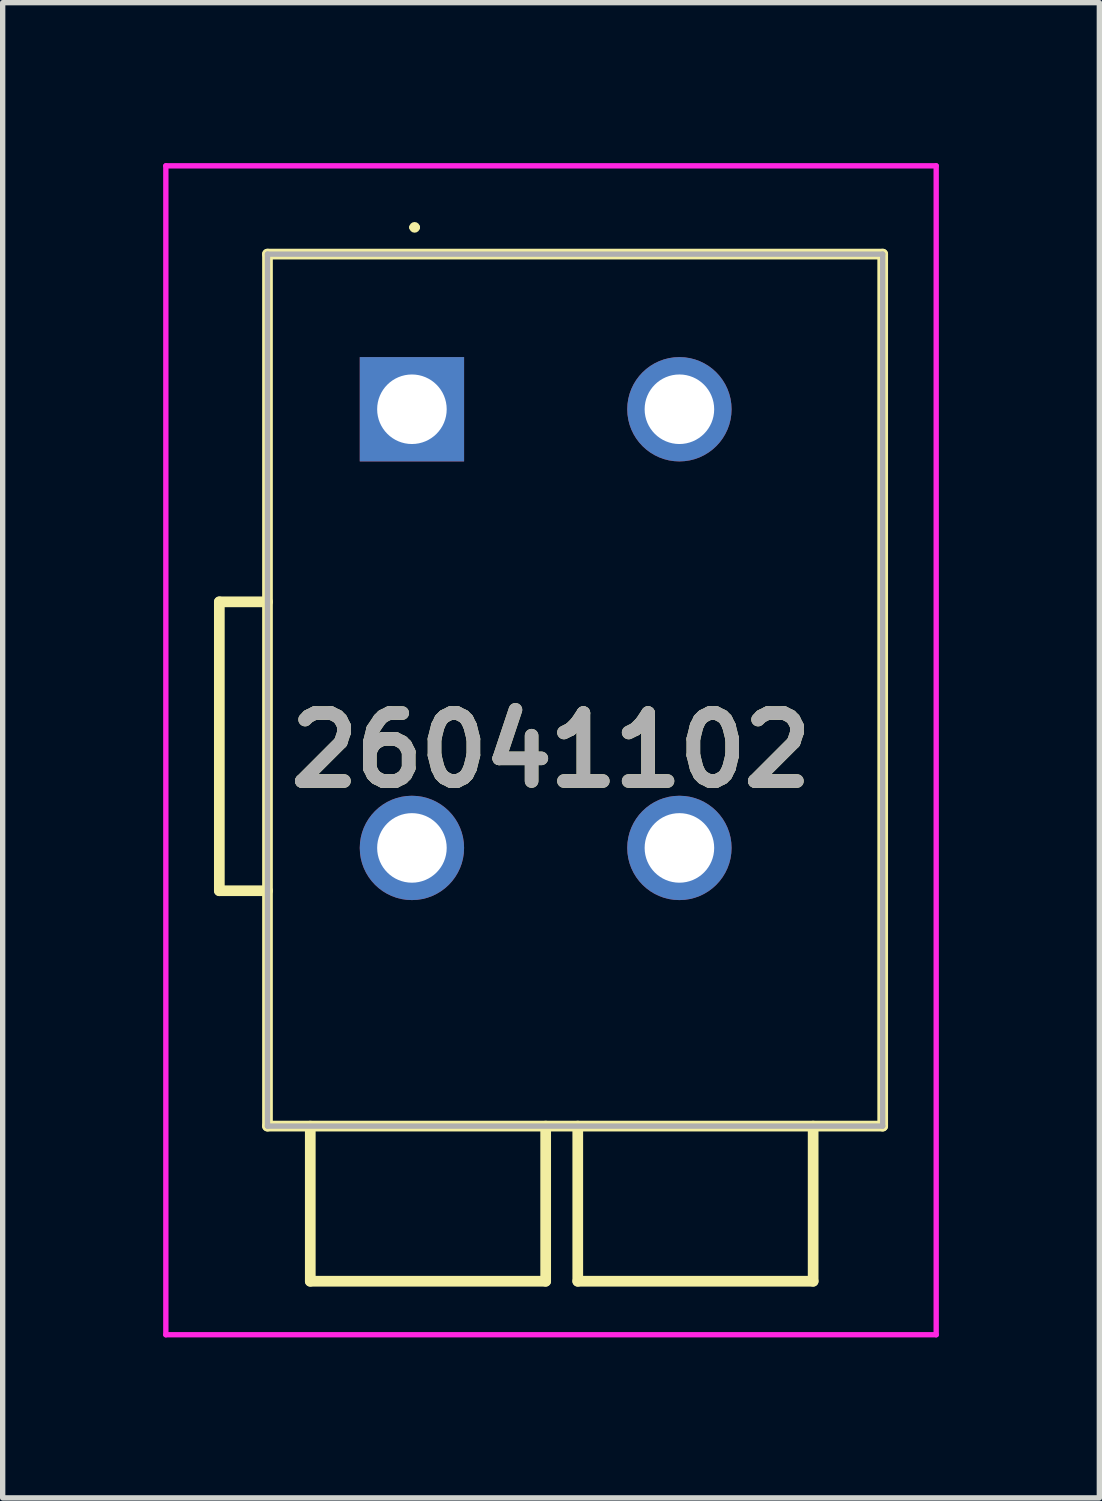
<source format=kicad_pcb>
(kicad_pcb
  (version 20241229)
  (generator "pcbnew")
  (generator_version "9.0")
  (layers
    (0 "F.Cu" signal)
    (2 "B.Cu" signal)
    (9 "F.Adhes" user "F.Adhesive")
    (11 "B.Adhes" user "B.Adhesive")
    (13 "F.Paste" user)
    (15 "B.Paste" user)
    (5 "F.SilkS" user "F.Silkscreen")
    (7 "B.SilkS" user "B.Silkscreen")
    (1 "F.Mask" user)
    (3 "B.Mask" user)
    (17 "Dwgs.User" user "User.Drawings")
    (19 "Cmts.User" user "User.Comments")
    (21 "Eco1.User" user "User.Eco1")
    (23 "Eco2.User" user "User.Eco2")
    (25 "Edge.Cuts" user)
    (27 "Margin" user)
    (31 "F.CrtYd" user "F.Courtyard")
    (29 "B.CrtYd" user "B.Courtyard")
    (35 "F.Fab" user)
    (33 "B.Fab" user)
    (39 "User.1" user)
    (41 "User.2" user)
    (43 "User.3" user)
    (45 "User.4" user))
  (footprint "26041102"
    (layer "F.Cu")
    (at 4.65 4.6)
    (property "Reference" "26041102" (at 2.6 6.375 0) (layer "F.SilkS") (effects (font (size 1.27 1.27) (thickness 0.254))))
    (attr through_hole)
    (fp_line (start -3.6 3.6) (end -3.6 9) (stroke (width 0.2) (type solid)) (layer "F.SilkS"))
    (fp_line (start -3.6 9) (end -2.7 9) (stroke (width 0.2) (type solid)) (layer "F.SilkS"))
    (fp_line (start -2.7 -2.9) (end 8.8 -2.9) (stroke (width 0.2) (type solid)) (layer "F.SilkS"))
    (fp_line (start -2.7 3.6) (end -3.6 3.6) (stroke (width 0.2) (type solid)) (layer "F.SilkS"))
    (fp_line (start -2.7 13.4) (end -2.7 -2.9) (stroke (width 0.2) (type solid)) (layer "F.SilkS"))
    (fp_line (start -1.9 13.4) (end -1.9 16.3) (stroke (width 0.2) (type solid)) (layer "F.SilkS"))
    (fp_line (start -1.9 16.3) (end 2.5 16.3) (stroke (width 0.2) (type solid)) (layer "F.SilkS"))
    (fp_line (start 0 -3.4) (end 0 -3.4) (stroke (width 0.1) (type solid)) (layer "F.SilkS"))
    (fp_line (start 0.1 -3.4) (end 0.1 -3.4) (stroke (width 0.1) (type solid)) (layer "F.SilkS"))
    (fp_line (start 2.5 16.3) (end 2.5 13.4) (stroke (width 0.2) (type solid)) (layer "F.SilkS"))
    (fp_line (start 3.1 13.4) (end 3.1 16.3) (stroke (width 0.2) (type solid)) (layer "F.SilkS"))
    (fp_line (start 3.1 16.3) (end 7.5 16.3) (stroke (width 0.2) (type solid)) (layer "F.SilkS"))
    (fp_line (start 7.5 16.3) (end 7.5 13.4) (stroke (width 0.2) (type solid)) (layer "F.SilkS"))
    (fp_line (start 8.8 -2.9) (end 8.8 13.4) (stroke (width 0.2) (type solid)) (layer "F.SilkS"))
    (fp_line (start 8.8 13.4) (end -2.7 13.4) (stroke (width 0.2) (type solid)) (layer "F.SilkS"))
    (fp_arc (start 0 -3.4) (mid 0.05 -3.45) (end 0.1 -3.4) (stroke (width 0.1) (type solid)) (layer "F.SilkS"))
    (fp_arc (start 0.1 -3.4) (mid 0.05 -3.35) (end 0 -3.4) (stroke (width 0.1) (type solid)) (layer "F.SilkS"))
    (fp_line (start -4.6 -4.55) (end 9.8 -4.55) (stroke (width 0.1) (type solid)) (layer "F.CrtYd"))
    (fp_line (start -4.6 17.3) (end -4.6 -4.55) (stroke (width 0.1) (type solid)) (layer "F.CrtYd"))
    (fp_line (start 9.8 -4.55) (end 9.8 17.3) (stroke (width 0.1) (type solid)) (layer "F.CrtYd"))
    (fp_line (start 9.8 17.3) (end -4.6 17.3) (stroke (width 0.1) (type solid)) (layer "F.CrtYd"))
    (fp_line (start -2.7 -2.9) (end 8.8 -2.9) (stroke (width 0.1) (type solid)) (layer "F.Fab"))
    (fp_line (start -2.7 13.4) (end -2.7 -2.9) (stroke (width 0.1) (type solid)) (layer "F.Fab"))
    (fp_line (start 8.8 -2.9) (end 8.8 13.4) (stroke (width 0.1) (type solid)) (layer "F.Fab"))
    (fp_line (start 8.8 13.4) (end -2.7 13.4) (stroke (width 0.1) (type solid)) (layer "F.Fab"))
    (fp_text user "${REFERENCE}" (at 2.6 6.375 0) (layer "F.Fab") (effects (font (size 1.27 1.27) (thickness 0.254))))
    (pad "1" thru_hole rect (at 0 0) (size 1.95 1.95) (drill 1.3) (layers "*.Cu" "*.Mask"))
    (pad "2" thru_hole circle (at 0 8.2) (size 1.95 1.95) (drill 1.3) (layers "*.Cu" "*.Mask"))
    (pad "3" thru_hole circle (at 5 0) (size 1.95 1.95) (drill 1.3) (layers "*.Cu" "*.Mask"))
    (pad "4" thru_hole circle (at 5 8.2) (size 1.95 1.95) (drill 1.3) (layers "*.Cu" "*.Mask")))
  (gr_rect
    (start -3 -3)
    (end 17.5 24.95)
    (stroke (width 0.1) (type default))
    (fill no)
    (layer "Edge.Cuts")))
</source>
